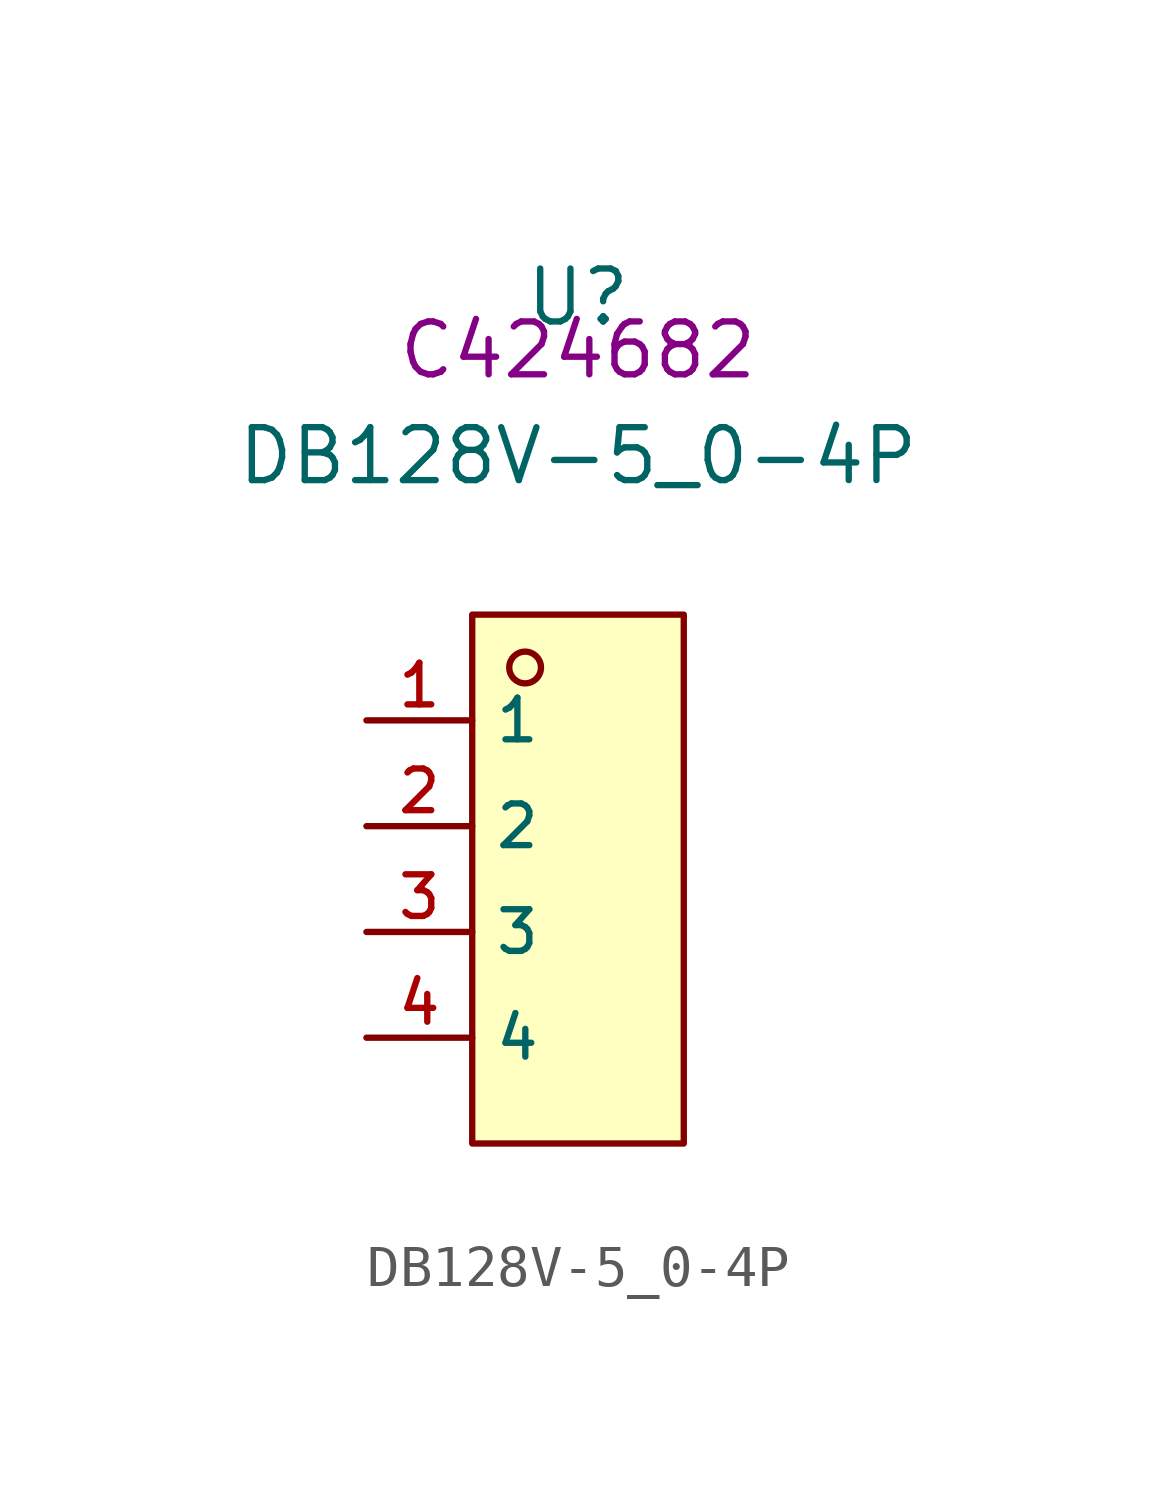
<source format=kicad_sym>
(kicad_symbol_lib
  (version 20210201)
  (generator TousstNicolas/JLC2KiCad_lib)
  (symbol "DB128V-5_0-4P"
    (property "Reference" "U"
      (at 0 1.27 0)
      (effects (font (size 1.27 1.27))))
    (property "Value" "DB128V-5_0-4P"
      (at 0 -2.54 0)
      (effects (font (size 1.27 1.27))))
    (property "LCSC" "C424682"
      (at 0 0 0)
      (effects (font (size 1.27 1.27))))
    (symbol "DB128V-5_0-4P_0_0"
      (rectangle (start -2.54 -6.35) (end 2.54 -19.05) (stroke (width 0) (type default) (color 0 0 0 0)) (fill (type background)))
      (circle (center -1.27 -7.62) (radius 0.381) (stroke (width 0) (type default) (color 0 0 0 0)) (fill (type background)))
      (pin unspecified line (at -5.08 -8.89 0) (length 2.54) (name "1" (effects (font (size 1 1)))) (number "1" (effects (font (size 1 1)))))
      (pin unspecified line (at -5.08 -11.43 0) (length 2.54) (name "2" (effects (font (size 1 1)))) (number "2" (effects (font (size 1 1)))))
      (pin unspecified line (at -5.08 -13.97 0) (length 2.54) (name "3" (effects (font (size 1 1)))) (number "3" (effects (font (size 1 1)))))
      (pin unspecified line (at -5.08 -16.51 0) (length 2.54) (name "4" (effects (font (size 1 1)))) (number "4" (effects (font (size 1 1))))))))
</source>
